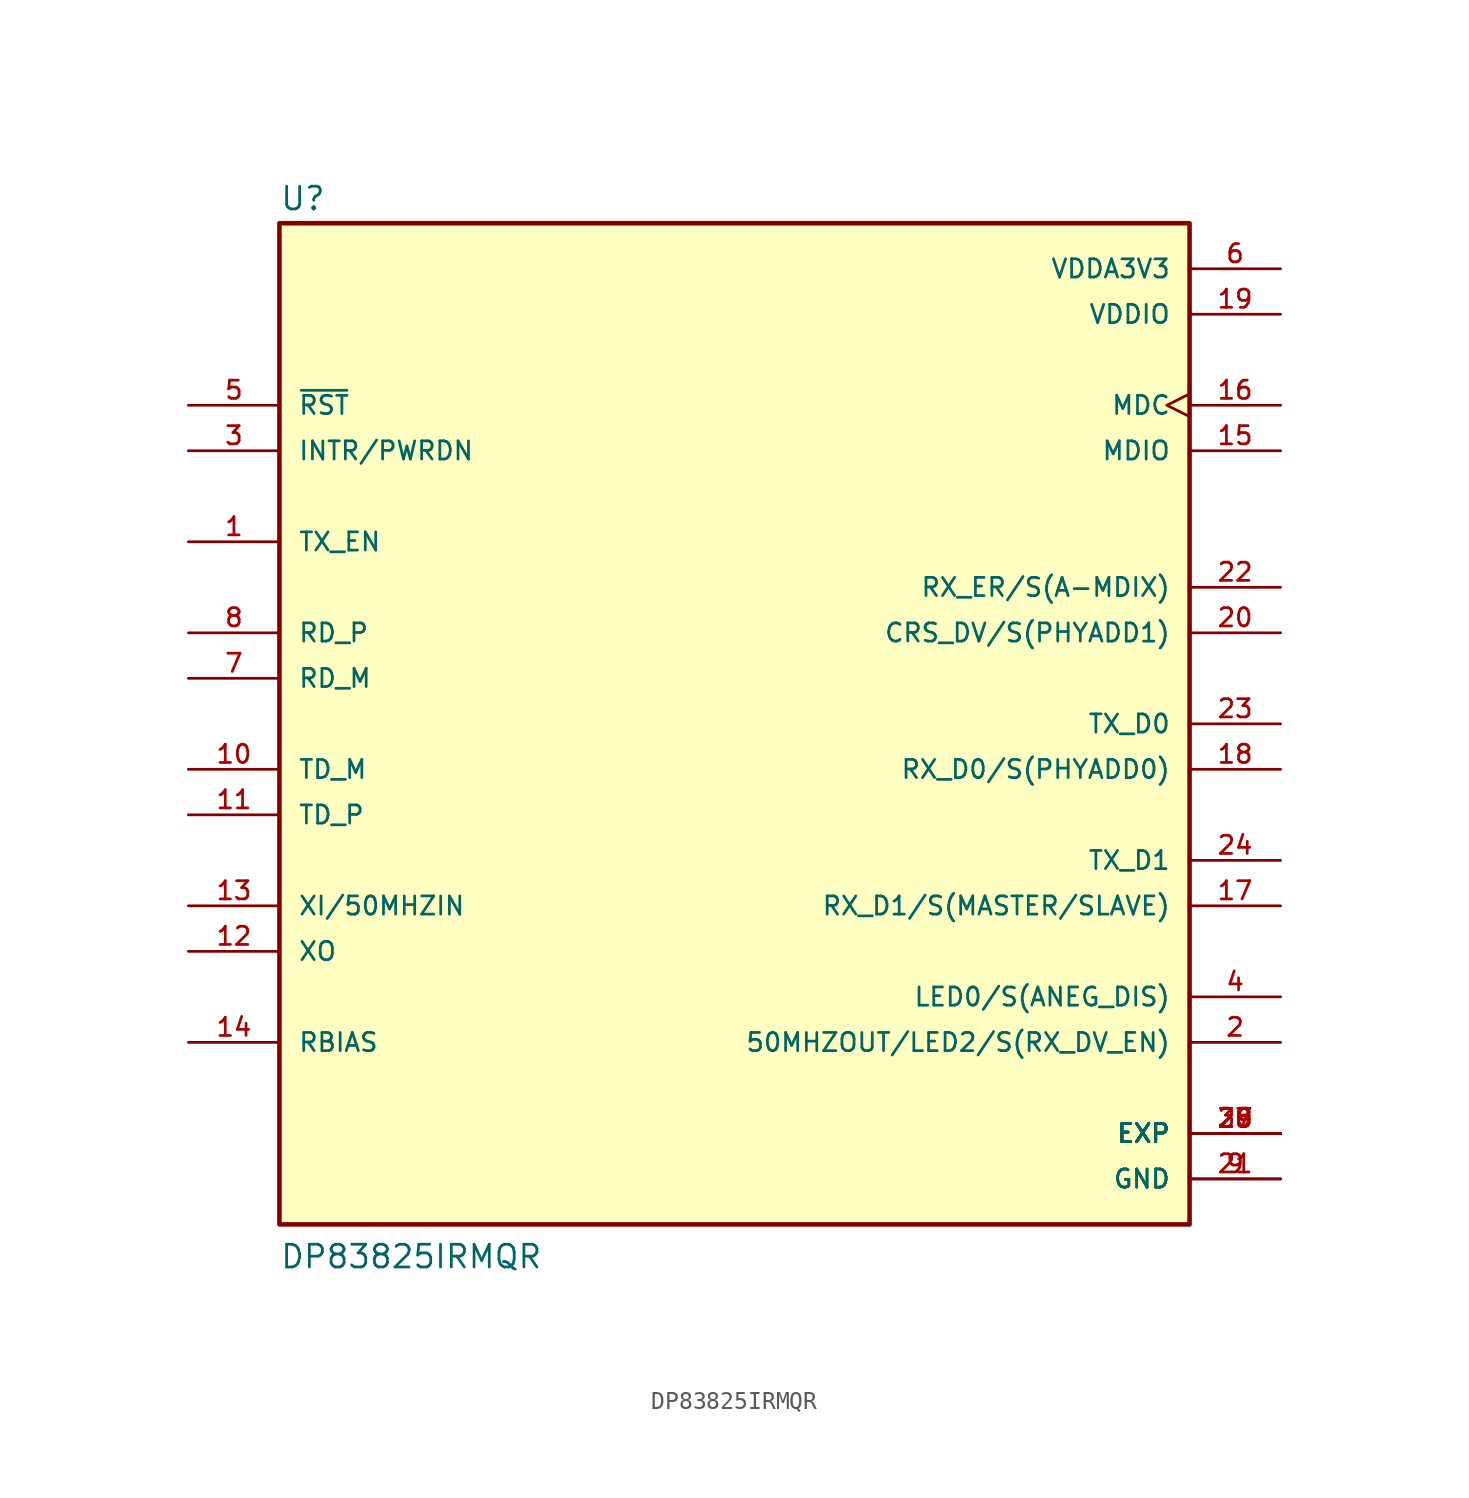
<source format=kicad_sym>
(kicad_symbol_lib
  (version 20211014)
  (generator kicad_symbol_editor)
  (symbol "DP83825IRMQR"
    (pin_names
      (offset 1.016))
    (property "Reference" "U"
      (at -25.4 28.575 0)
      (effects (font (size 1.27 1.27)) (justify bottom left)))
    (property "Value" "DP83825IRMQR"
      (at -25.4 -30.48 0)
      (effects (font (size 1.27 1.27)) (justify bottom left)))
    (symbol "DP83825IRMQR_0_0"
      (rectangle (start -25.4 -27.94) (end 25.4 27.94) (stroke (width 0.254)) (fill (type background)))
      (pin input line (at -30.48 10.16 0) (length 5.08) (name "TX_EN" (effects (font (size 1.016 1.016)))) (number "1" (effects (font (size 1.016 1.016)))))
      (pin bidirectional line (at 30.48 -17.78 180.0) (length 5.08) (name "50MHZOUT/LED2/S(RX_DV_EN)" (effects (font (size 1.016 1.016)))) (number "2" (effects (font (size 1.016 1.016)))))
      (pin input line (at -30.48 15.24 0) (length 5.08) (name "INTR/PWRDN" (effects (font (size 1.016 1.016)))) (number "3" (effects (font (size 1.016 1.016)))))
      (pin bidirectional line (at 30.48 -15.24 180.0) (length 5.08) (name "LED0/S(ANEG_DIS)" (effects (font (size 1.016 1.016)))) (number "4" (effects (font (size 1.016 1.016)))))
      (pin input line (at -30.48 17.78 0) (length 5.08) (name "~{RST}" (effects (font (size 1.016 1.016)))) (number "5" (effects (font (size 1.016 1.016)))))
      (pin power_in line (at 30.48 25.4 180.0) (length 5.08) (name "VDDA3V3" (effects (font (size 1.016 1.016)))) (number "6" (effects (font (size 1.016 1.016)))))
      (pin input line (at -30.48 2.54 0) (length 5.08) (name "RD_M" (effects (font (size 1.016 1.016)))) (number "7" (effects (font (size 1.016 1.016)))))
      (pin input line (at -30.48 5.08 0) (length 5.08) (name "RD_P" (effects (font (size 1.016 1.016)))) (number "8" (effects (font (size 1.016 1.016)))))
      (pin power_in line (at 30.48 -25.4 180.0) (length 5.08) (name "GND" (effects (font (size 1.016 1.016)))) (number "9" (effects (font (size 1.016 1.016)))))
      (pin power_in line (at 30.48 -25.4 180.0) (length 5.08) (name "GND" (effects (font (size 1.016 1.016)))) (number "21" (effects (font (size 1.016 1.016)))))
      (pin output line (at -30.48 -2.54 0) (length 5.08) (name "TD_M" (effects (font (size 1.016 1.016)))) (number "10" (effects (font (size 1.016 1.016)))))
      (pin output line (at -30.48 -5.08 0) (length 5.08) (name "TD_P" (effects (font (size 1.016 1.016)))) (number "11" (effects (font (size 1.016 1.016)))))
      (pin output line (at -30.48 -12.7 0) (length 5.08) (name "XO" (effects (font (size 1.016 1.016)))) (number "12" (effects (font (size 1.016 1.016)))))
      (pin input line (at -30.48 -10.16 0) (length 5.08) (name "XI/50MHZIN" (effects (font (size 1.016 1.016)))) (number "13" (effects (font (size 1.016 1.016)))))
      (pin passive line (at -30.48 -17.78 0) (length 5.08) (name "RBIAS" (effects (font (size 1.016 1.016)))) (number "14" (effects (font (size 1.016 1.016)))))
      (pin bidirectional line (at 30.48 15.24 180.0) (length 5.08) (name "MDIO" (effects (font (size 1.016 1.016)))) (number "15" (effects (font (size 1.016 1.016)))))
      (pin input clock (at 30.48 17.78 180.0) (length 5.08) (name "MDC" (effects (font (size 1.016 1.016)))) (number "16" (effects (font (size 1.016 1.016)))))
      (pin bidirectional line (at 30.48 -10.16 180.0) (length 5.08) (name "RX_D1/S(MASTER/SLAVE)" (effects (font (size 1.016 1.016)))) (number "17" (effects (font (size 1.016 1.016)))))
      (pin bidirectional line (at 30.48 -2.54 180.0) (length 5.08) (name "RX_D0/S(PHYADD0)" (effects (font (size 1.016 1.016)))) (number "18" (effects (font (size 1.016 1.016)))))
      (pin power_in line (at 30.48 22.86 180.0) (length 5.08) (name "VDDIO" (effects (font (size 1.016 1.016)))) (number "19" (effects (font (size 1.016 1.016)))))
      (pin bidirectional line (at 30.48 5.08 180.0) (length 5.08) (name "CRS_DV/S(PHYADD1)" (effects (font (size 1.016 1.016)))) (number "20" (effects (font (size 1.016 1.016)))))
      (pin bidirectional line (at 30.48 7.62 180.0) (length 5.08) (name "RX_ER/S(A-MDIX)" (effects (font (size 1.016 1.016)))) (number "22" (effects (font (size 1.016 1.016)))))
      (pin input line (at 30.48 0.0 180.0) (length 5.08) (name "TX_D0" (effects (font (size 1.016 1.016)))) (number "23" (effects (font (size 1.016 1.016)))))
      (pin input line (at 30.48 -7.62 180.0) (length 5.08) (name "TX_D1" (effects (font (size 1.016 1.016)))) (number "24" (effects (font (size 1.016 1.016)))))
      (pin power_in line (at 30.48 -22.86 180.0) (length 5.08) (name "EXP" (effects (font (size 1.016 1.016)))) (number "25" (effects (font (size 1.016 1.016)))))
      (pin power_in line (at 30.48 -22.86 180.0) (length 5.08) (name "EXP" (effects (font (size 1.016 1.016)))) (number "26" (effects (font (size 1.016 1.016)))))
      (pin power_in line (at 30.48 -22.86 180.0) (length 5.08) (name "EXP" (effects (font (size 1.016 1.016)))) (number "27" (effects (font (size 1.016 1.016)))))
      (pin power_in line (at 30.48 -22.86 180.0) (length 5.08) (name "EXP" (effects (font (size 1.016 1.016)))) (number "28" (effects (font (size 1.016 1.016)))))
      (pin power_in line (at 30.48 -22.86 180.0) (length 5.08) (name "EXP" (effects (font (size 1.016 1.016)))) (number "29" (effects (font (size 1.016 1.016)))))
      (pin power_in line (at 30.48 -22.86 180.0) (length 5.08) (name "EXP" (effects (font (size 1.016 1.016)))) (number "30" (effects (font (size 1.016 1.016))))))))
</source>
